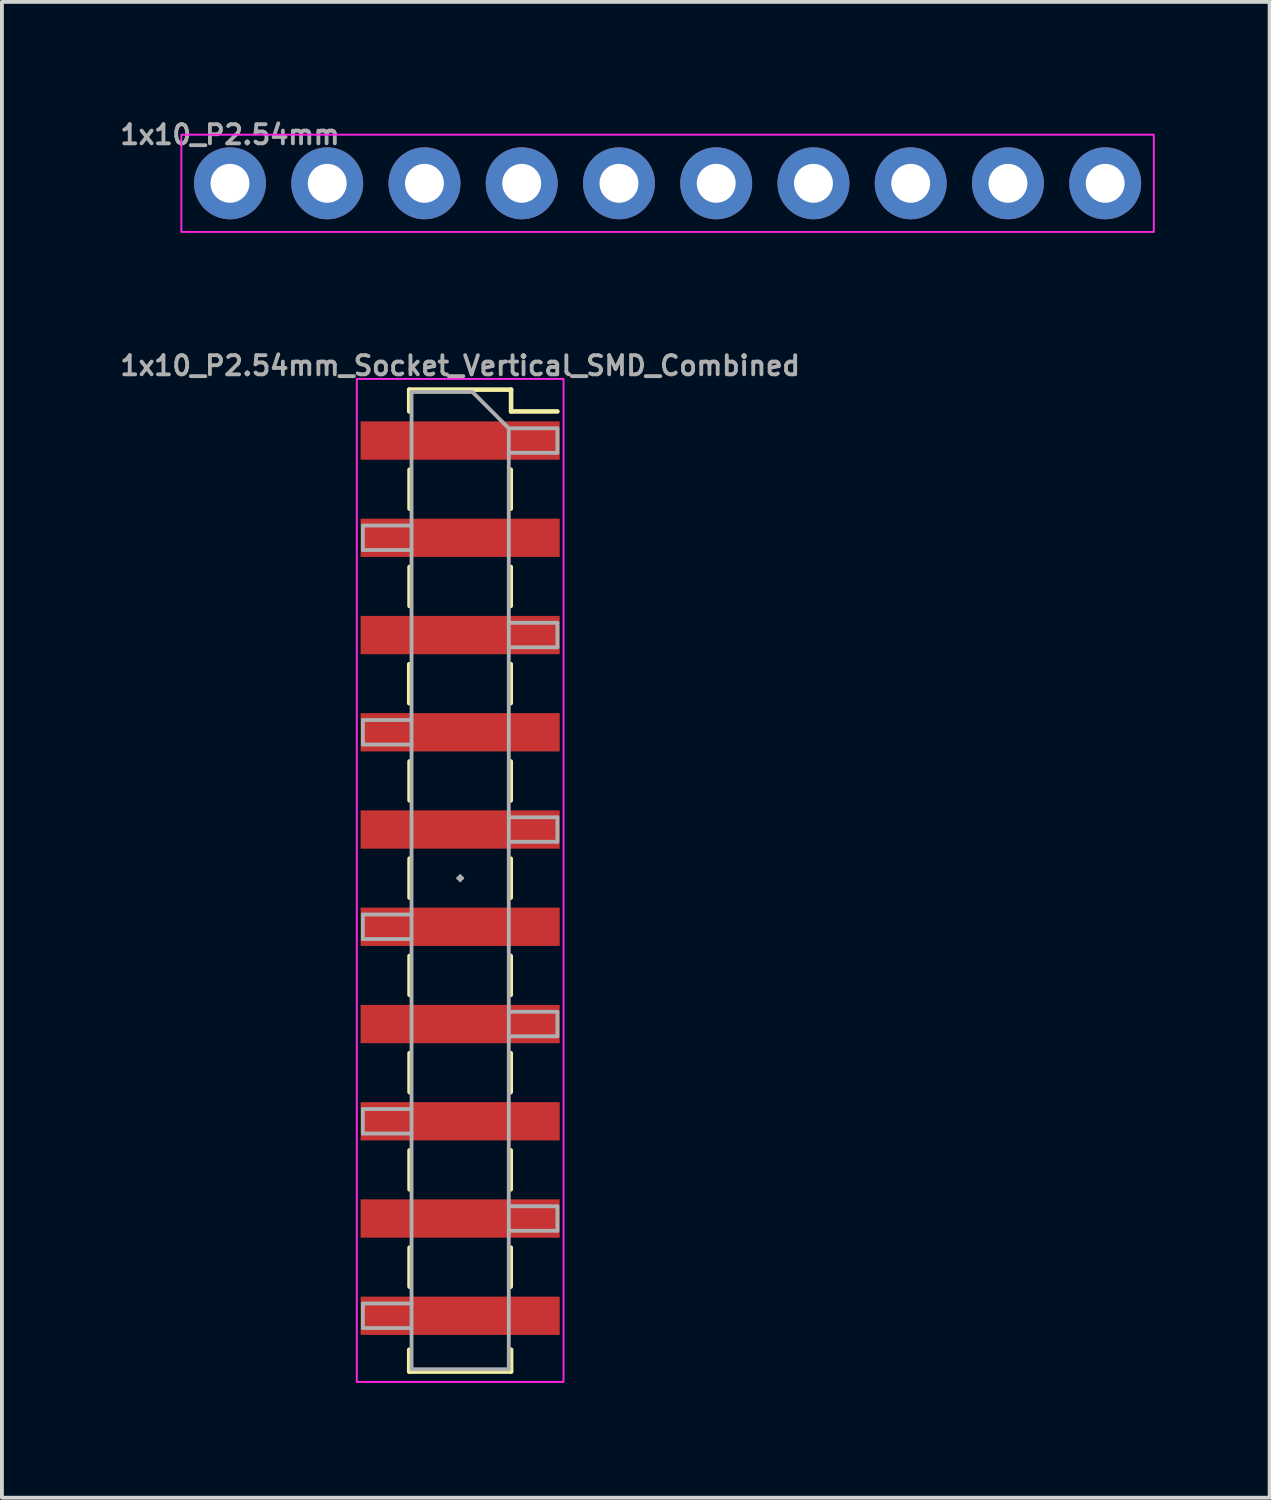
<source format=kicad_pcb>
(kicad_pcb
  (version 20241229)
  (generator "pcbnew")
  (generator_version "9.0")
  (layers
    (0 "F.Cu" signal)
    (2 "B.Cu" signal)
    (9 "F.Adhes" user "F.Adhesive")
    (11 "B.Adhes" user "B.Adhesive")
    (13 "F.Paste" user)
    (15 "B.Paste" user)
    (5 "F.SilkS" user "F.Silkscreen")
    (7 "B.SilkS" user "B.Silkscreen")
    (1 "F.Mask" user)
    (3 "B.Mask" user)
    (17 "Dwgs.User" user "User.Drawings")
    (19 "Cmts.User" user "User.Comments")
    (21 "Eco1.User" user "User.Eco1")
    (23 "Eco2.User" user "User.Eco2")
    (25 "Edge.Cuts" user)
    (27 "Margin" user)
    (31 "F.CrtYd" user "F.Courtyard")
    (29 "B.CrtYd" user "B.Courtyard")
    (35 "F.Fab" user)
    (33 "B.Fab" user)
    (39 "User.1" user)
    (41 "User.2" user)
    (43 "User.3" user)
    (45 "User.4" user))
  (footprint "1x10_P2.54mm"
    (layer "F.Cu")
    (at 2.957 1.738)
    (property "Reference" "1x10_P2.54mm" (at 0 -1.27 0) (layer "F.Fab") (effects (font (size 0.5 0.5) (thickness 0.1))))
    (fp_rect (start -1.27 -1.27) (end 24.13 1.27) (stroke (width 0.05) (type default)) (fill no) (layer "F.CrtYd"))
    (fp_poly (pts (xy -0.254 0.254) (xy 0.254 0.254) (xy 0.254 -0.254) (xy -0.254 -0.254)) (stroke (width 0.1) (type default)) (fill no) (layer "F.Fab"))
    (fp_poly (pts (xy 2.286 0.254) (xy 2.794 0.254) (xy 2.794 -0.254) (xy 2.286 -0.254)) (stroke (width 0.1) (type default)) (fill no) (layer "F.Fab"))
    (fp_poly (pts (xy 4.826 0.254) (xy 5.334 0.254) (xy 5.334 -0.254) (xy 4.826 -0.254)) (stroke (width 0.1) (type default)) (fill no) (layer "F.Fab"))
    (fp_poly (pts (xy 7.366 0.254) (xy 7.874 0.254) (xy 7.874 -0.254) (xy 7.366 -0.254)) (stroke (width 0.1) (type default)) (fill no) (layer "F.Fab"))
    (fp_poly (pts (xy 9.906 0.254) (xy 10.414 0.254) (xy 10.414 -0.254) (xy 9.906 -0.254)) (stroke (width 0.1) (type default)) (fill no) (layer "F.Fab"))
    (fp_poly (pts (xy 12.446 0.254) (xy 12.954 0.254) (xy 12.954 -0.254) (xy 12.446 -0.254)) (stroke (width 0.1) (type default)) (fill no) (layer "F.Fab"))
    (fp_poly (pts (xy 14.986 0.254) (xy 15.494 0.254) (xy 15.494 -0.254) (xy 14.986 -0.254)) (stroke (width 0.1) (type default)) (fill no) (layer "F.Fab"))
    (fp_poly (pts (xy 17.526 0.254) (xy 18.034 0.254) (xy 18.034 -0.254) (xy 17.526 -0.254)) (stroke (width 0.1) (type default)) (fill no) (layer "F.Fab"))
    (fp_poly (pts (xy 20.066 0.254) (xy 20.574 0.254) (xy 20.574 -0.254) (xy 20.066 -0.254)) (stroke (width 0.1) (type default)) (fill no) (layer "F.Fab"))
    (fp_poly (pts (xy 22.606 0.254) (xy 23.114 0.254) (xy 23.114 -0.254) (xy 22.606 -0.254)) (stroke (width 0.1) (type default)) (fill no) (layer "F.Fab"))
    (pad "1" thru_hole circle (at 0 0 90) (size 1.88 1.88) (drill 1.016) (layers "*.Cu" "*.Mask") (remove_unused_layers yes) (keep_end_layers yes) (zone_layer_connections))
    (pad "2" thru_hole circle (at 2.54 0 90) (size 1.88 1.88) (drill 1.016) (layers "*.Cu" "*.Mask") (remove_unused_layers yes) (keep_end_layers yes) (zone_layer_connections))
    (pad "3" thru_hole circle (at 5.08 0 90) (size 1.88 1.88) (drill 1.016) (layers "*.Cu" "*.Mask") (remove_unused_layers yes) (keep_end_layers yes) (zone_layer_connections))
    (pad "4" thru_hole circle (at 7.62 0 90) (size 1.88 1.88) (drill 1.016) (layers "*.Cu" "*.Mask") (remove_unused_layers yes) (keep_end_layers yes) (zone_layer_connections))
    (pad "5" thru_hole circle (at 10.16 0 90) (size 1.88 1.88) (drill 1.016) (layers "*.Cu" "*.Mask") (remove_unused_layers yes) (keep_end_layers yes) (zone_layer_connections))
    (pad "6" thru_hole circle (at 12.7 0 90) (size 1.88 1.88) (drill 1.016) (layers "*.Cu" "*.Mask") (remove_unused_layers yes) (keep_end_layers yes) (zone_layer_connections))
    (pad "7" thru_hole circle (at 15.24 0 90) (size 1.88 1.88) (drill 1.016) (layers "*.Cu" "*.Mask") (remove_unused_layers yes) (keep_end_layers yes) (zone_layer_connections))
    (pad "8" thru_hole circle (at 17.78 0 90) (size 1.88 1.88) (drill 1.016) (layers "*.Cu" "*.Mask") (remove_unused_layers yes) (keep_end_layers yes) (zone_layer_connections))
    (pad "9" thru_hole circle (at 20.32 0 90) (size 1.88 1.88) (drill 1.016) (layers "*.Cu" "*.Mask") (remove_unused_layers yes) (keep_end_layers yes) (zone_layer_connections))
    (pad "10" thru_hole circle (at 22.86 0 90) (size 1.88 1.88) (drill 1.016) (layers "*.Cu" "*.Mask") (remove_unused_layers yes) (keep_end_layers yes) (zone_layer_connections)))
  (footprint "1x10_P2.54mm_Socket_Vertical_SMD_Combined"
    (layer "F.Cu")
    (at 8.969 19.887)
    (property "Reference" "1x10_P2.54mm_Socket_Vertical_SMD_Combined" (at 0 -13.386 0) (layer "F.Fab") (effects (font (size 0.5 0.5) (thickness 0.1))))
    (attr smd)
    (fp_rect (start -2.6 -11.93) (end -0.6 -10.93) (stroke (width 0) (type solid)) (fill yes) (layer "F.Mask"))
    (fp_rect (start -2.6 -9.39) (end -0.6 -8.39) (stroke (width 0) (type solid)) (fill yes) (layer "F.Mask"))
    (fp_rect (start -2.6 -6.85) (end -0.6 -5.85) (stroke (width 0) (type solid)) (fill yes) (layer "F.Mask"))
    (fp_rect (start -2.6 -4.31) (end -0.6 -3.31) (stroke (width 0) (type solid)) (fill yes) (layer "F.Mask"))
    (fp_rect (start -2.6 -1.77) (end -0.6 -0.77) (stroke (width 0) (type solid)) (fill yes) (layer "F.Mask"))
    (fp_rect (start -2.6 0.77) (end -0.6 1.77) (stroke (width 0) (type solid)) (fill yes) (layer "F.Mask"))
    (fp_rect (start -2.6 3.31) (end -0.6 4.31) (stroke (width 0) (type solid)) (fill yes) (layer "F.Mask"))
    (fp_rect (start -2.6 5.85) (end -0.6 6.85) (stroke (width 0) (type solid)) (fill yes) (layer "F.Mask"))
    (fp_rect (start -2.6 8.39) (end -0.6 9.39) (stroke (width 0) (type solid)) (fill yes) (layer "F.Mask"))
    (fp_rect (start -2.6 10.93) (end -0.6 11.93) (stroke (width 0) (type solid)) (fill yes) (layer "F.Mask"))
    (fp_rect (start 0.6 -11.93) (end 2.6 -10.93) (stroke (width 0) (type solid)) (fill yes) (layer "F.Mask"))
    (fp_rect (start 0.6 -9.39) (end 2.6 -8.39) (stroke (width 0) (type solid)) (fill yes) (layer "F.Mask"))
    (fp_rect (start 0.6 -6.85) (end 2.6 -5.85) (stroke (width 0) (type solid)) (fill yes) (layer "F.Mask"))
    (fp_rect (start 0.6 -4.31) (end 2.6 -3.31) (stroke (width 0) (type solid)) (fill yes) (layer "F.Mask"))
    (fp_rect (start 0.6 -1.77) (end 2.6 -0.77) (stroke (width 0) (type solid)) (fill yes) (layer "F.Mask"))
    (fp_rect (start 0.6 0.77) (end 2.6 1.77) (stroke (width 0) (type solid)) (fill yes) (layer "F.Mask"))
    (fp_rect (start 0.6 3.31) (end 2.6 4.31) (stroke (width 0) (type solid)) (fill yes) (layer "F.Mask"))
    (fp_rect (start 0.6 5.85) (end 2.6 6.85) (stroke (width 0) (type solid)) (fill yes) (layer "F.Mask"))
    (fp_rect (start 0.6 8.39) (end 2.6 9.39) (stroke (width 0) (type solid)) (fill yes) (layer "F.Mask"))
    (fp_rect (start 0.6 10.93) (end 2.6 11.93) (stroke (width 0) (type solid)) (fill yes) (layer "F.Mask"))
    (fp_line (start -1.33 -12.76) (end -1.33 -12.19) (stroke (width 0.12) (type solid)) (layer "F.SilkS"))
    (fp_line (start -1.33 -12.76) (end 1.33 -12.76) (stroke (width 0.12) (type solid)) (layer "F.SilkS"))
    (fp_line (start -1.33 -5.588) (end -1.33 -4.57) (stroke (width 0.12) (type solid)) (layer "F.SilkS"))
    (fp_line (start -1.33 12.317) (end -1.33 12.887) (stroke (width 0.12) (type solid)) (layer "F.SilkS"))
    (fp_line (start -1.33 12.887) (end 1.33 12.887) (stroke (width 0.12) (type solid)) (layer "F.SilkS"))
    (fp_line (start -1.321 -10.669) (end -1.321 -9.651) (stroke (width 0.12) (type solid)) (layer "F.SilkS"))
    (fp_line (start -1.321 -8.129) (end -1.321 -7.111) (stroke (width 0.12) (type solid)) (layer "F.SilkS"))
    (fp_line (start -1.321 -3.049) (end -1.321 -2.031) (stroke (width 0.12) (type solid)) (layer "F.SilkS"))
    (fp_line (start -1.321 -0.509) (end -1.321 0.509) (stroke (width 0.12) (type solid)) (layer "F.SilkS"))
    (fp_line (start -1.321 2.031) (end -1.321 3.049) (stroke (width 0.12) (type solid)) (layer "F.SilkS"))
    (fp_line (start -1.321 4.571) (end -1.321 5.589) (stroke (width 0.12) (type solid)) (layer "F.SilkS"))
    (fp_line (start -1.321 7.111) (end -1.321 8.129) (stroke (width 0.12) (type solid)) (layer "F.SilkS"))
    (fp_line (start -1.321 9.651) (end -1.321 10.669) (stroke (width 0.12) (type solid)) (layer "F.SilkS"))
    (fp_line (start 1.321 -10.669) (end 1.321 -9.651) (stroke (width 0.12) (type solid)) (layer "F.SilkS"))
    (fp_line (start 1.321 -8.129) (end 1.321 -7.111) (stroke (width 0.12) (type solid)) (layer "F.SilkS"))
    (fp_line (start 1.321 -5.589) (end 1.321 -4.571) (stroke (width 0.12) (type solid)) (layer "F.SilkS"))
    (fp_line (start 1.321 -3.049) (end 1.321 -2.031) (stroke (width 0.12) (type solid)) (layer "F.SilkS"))
    (fp_line (start 1.321 -0.509) (end 1.321 0.509) (stroke (width 0.12) (type solid)) (layer "F.SilkS"))
    (fp_line (start 1.321 2.031) (end 1.321 3.049) (stroke (width 0.12) (type solid)) (layer "F.SilkS"))
    (fp_line (start 1.321 4.571) (end 1.321 5.589) (stroke (width 0.12) (type solid)) (layer "F.SilkS"))
    (fp_line (start 1.321 7.111) (end 1.321 8.129) (stroke (width 0.12) (type solid)) (layer "F.SilkS"))
    (fp_line (start 1.321 9.651) (end 1.321 10.669) (stroke (width 0.12) (type solid)) (layer "F.SilkS"))
    (fp_line (start 1.33 -12.76) (end 1.33 -12.19) (stroke (width 0.12) (type solid)) (layer "F.SilkS"))
    (fp_line (start 1.33 -12.19) (end 2.54 -12.19) (stroke (width 0.12) (type solid)) (layer "F.SilkS"))
    (fp_line (start 1.33 12.317) (end 1.33 12.887) (stroke (width 0.12) (type solid)) (layer "F.SilkS"))
    (fp_rect (start -2.6 -11.93) (end -0.6 -10.93) (stroke (width 0) (type solid)) (fill yes) (layer "F.Paste"))
    (fp_rect (start -2.6 -9.39) (end -0.6 -8.39) (stroke (width 0) (type solid)) (fill yes) (layer "F.Paste"))
    (fp_rect (start -2.6 -6.85) (end -0.6 -5.85) (stroke (width 0) (type solid)) (fill yes) (layer "F.Paste"))
    (fp_rect (start -2.6 -4.31) (end -0.6 -3.31) (stroke (width 0) (type solid)) (fill yes) (layer "F.Paste"))
    (fp_rect (start -2.6 -1.77) (end -0.6 -0.77) (stroke (width 0) (type solid)) (fill yes) (layer "F.Paste"))
    (fp_rect (start -2.6 0.77) (end -0.6 1.77) (stroke (width 0) (type solid)) (fill yes) (layer "F.Paste"))
    (fp_rect (start -2.6 3.31) (end -0.6 4.31) (stroke (width 0) (type solid)) (fill yes) (layer "F.Paste"))
    (fp_rect (start -2.6 5.85) (end -0.6 6.85) (stroke (width 0) (type solid)) (fill yes) (layer "F.Paste"))
    (fp_rect (start -2.6 8.39) (end -0.6 9.39) (stroke (width 0) (type solid)) (fill yes) (layer "F.Paste"))
    (fp_rect (start -2.6 10.93) (end -0.6 11.93) (stroke (width 0) (type solid)) (fill yes) (layer "F.Paste"))
    (fp_rect (start 0.6 -11.93) (end 2.6 -10.93) (stroke (width 0) (type solid)) (fill yes) (layer "F.Paste"))
    (fp_rect (start 0.6 -9.39) (end 2.6 -8.39) (stroke (width 0) (type solid)) (fill yes) (layer "F.Paste"))
    (fp_rect (start 0.6 -6.85) (end 2.6 -5.85) (stroke (width 0) (type solid)) (fill yes) (layer "F.Paste"))
    (fp_rect (start 0.6 -4.31) (end 2.6 -3.31) (stroke (width 0) (type solid)) (fill yes) (layer "F.Paste"))
    (fp_rect (start 0.6 -1.77) (end 2.6 -0.77) (stroke (width 0) (type solid)) (fill yes) (layer "F.Paste"))
    (fp_rect (start 0.6 0.77) (end 2.6 1.77) (stroke (width 0) (type solid)) (fill yes) (layer "F.Paste"))
    (fp_rect (start 0.6 3.31) (end 2.6 4.31) (stroke (width 0) (type solid)) (fill yes) (layer "F.Paste"))
    (fp_rect (start 0.6 5.85) (end 2.6 6.85) (stroke (width 0) (type solid)) (fill yes) (layer "F.Paste"))
    (fp_rect (start 0.6 8.39) (end 2.6 9.39) (stroke (width 0) (type solid)) (fill yes) (layer "F.Paste"))
    (fp_rect (start 0.6 10.93) (end 2.6 11.93) (stroke (width 0) (type solid)) (fill yes) (layer "F.Paste"))
    (fp_rect (start -2.7 -13.04) (end 2.7 13.158) (stroke (width 0.05) (type default)) (fill no) (layer "F.CrtYd"))
    (fp_line (start -2.54 -9.21) (end -2.54 -8.57) (stroke (width 0.1) (type solid)) (layer "F.Fab"))
    (fp_line (start -2.54 -8.57) (end -1.27 -8.57) (stroke (width 0.1) (type solid)) (layer "F.Fab"))
    (fp_line (start -2.54 -4.13) (end -2.54 -3.49) (stroke (width 0.1) (type solid)) (layer "F.Fab"))
    (fp_line (start -2.54 -3.49) (end -1.27 -3.49) (stroke (width 0.1) (type solid)) (layer "F.Fab"))
    (fp_line (start -2.54 0.95) (end -2.54 1.59) (stroke (width 0.1) (type solid)) (layer "F.Fab"))
    (fp_line (start -2.54 1.59) (end -1.27 1.59) (stroke (width 0.1) (type solid)) (layer "F.Fab"))
    (fp_line (start -2.54 6.03) (end -2.54 6.67) (stroke (width 0.1) (type solid)) (layer "F.Fab"))
    (fp_line (start -2.54 6.67) (end -1.27 6.67) (stroke (width 0.1) (type solid)) (layer "F.Fab"))
    (fp_line (start -2.54 11.11) (end -2.54 11.75) (stroke (width 0.1) (type solid)) (layer "F.Fab"))
    (fp_line (start -2.54 11.75) (end -1.27 11.75) (stroke (width 0.1) (type solid)) (layer "F.Fab"))
    (fp_line (start -1.27 -12.7) (end -1.27 12.827) (stroke (width 0.1) (type solid)) (layer "F.Fab"))
    (fp_line (start -1.27 -12.7) (end 0.32 -12.7) (stroke (width 0.1) (type solid)) (layer "F.Fab"))
    (fp_line (start -1.27 -9.21) (end -2.54 -9.21) (stroke (width 0.1) (type solid)) (layer "F.Fab"))
    (fp_line (start -1.27 -4.13) (end -2.54 -4.13) (stroke (width 0.1) (type solid)) (layer "F.Fab"))
    (fp_line (start -1.27 0.95) (end -2.54 0.95) (stroke (width 0.1) (type solid)) (layer "F.Fab"))
    (fp_line (start -1.27 6.03) (end -2.54 6.03) (stroke (width 0.1) (type solid)) (layer "F.Fab"))
    (fp_line (start -1.27 11.11) (end -2.54 11.11) (stroke (width 0.1) (type solid)) (layer "F.Fab"))
    (fp_line (start 0 -0.051) (end 0 0.051) (stroke (width 0.1) (type default)) (layer "F.Fab"))
    (fp_line (start 0.051 0) (end -0.051 0) (stroke (width 0.1) (type default)) (layer "F.Fab"))
    (fp_line (start 1.27 -11.75) (end 0.32 -12.7) (stroke (width 0.1) (type solid)) (layer "F.Fab"))
    (fp_line (start 1.27 -11.75) (end 2.54 -11.75) (stroke (width 0.1) (type solid)) (layer "F.Fab"))
    (fp_line (start 1.27 -6.67) (end 2.54 -6.67) (stroke (width 0.1) (type solid)) (layer "F.Fab"))
    (fp_line (start 1.27 -1.59) (end 2.54 -1.59) (stroke (width 0.1) (type solid)) (layer "F.Fab"))
    (fp_line (start 1.27 3.49) (end 2.54 3.49) (stroke (width 0.1) (type solid)) (layer "F.Fab"))
    (fp_line (start 1.27 8.57) (end 2.54 8.57) (stroke (width 0.1) (type solid)) (layer "F.Fab"))
    (fp_line (start 1.27 12.827) (end -1.27 12.827) (stroke (width 0.1) (type solid)) (layer "F.Fab"))
    (fp_line (start 1.27 12.827) (end 1.27 -11.75) (stroke (width 0.1) (type solid)) (layer "F.Fab"))
    (fp_line (start 2.54 -11.75) (end 2.54 -11.11) (stroke (width 0.1) (type solid)) (layer "F.Fab"))
    (fp_line (start 2.54 -11.11) (end 1.27 -11.11) (stroke (width 0.1) (type solid)) (layer "F.Fab"))
    (fp_line (start 2.54 -6.67) (end 2.54 -6.03) (stroke (width 0.1) (type solid)) (layer "F.Fab"))
    (fp_line (start 2.54 -6.03) (end 1.27 -6.03) (stroke (width 0.1) (type solid)) (layer "F.Fab"))
    (fp_line (start 2.54 -1.59) (end 2.54 -0.95) (stroke (width 0.1) (type solid)) (layer "F.Fab"))
    (fp_line (start 2.54 -0.95) (end 1.27 -0.95) (stroke (width 0.1) (type solid)) (layer "F.Fab"))
    (fp_line (start 2.54 3.49) (end 2.54 4.13) (stroke (width 0.1) (type solid)) (layer "F.Fab"))
    (fp_line (start 2.54 4.13) (end 1.27 4.13) (stroke (width 0.1) (type solid)) (layer "F.Fab"))
    (fp_line (start 2.54 8.57) (end 2.54 9.21) (stroke (width 0.1) (type solid)) (layer "F.Fab"))
    (fp_line (start 2.54 9.21) (end 1.27 9.21) (stroke (width 0.1) (type solid)) (layer "F.Fab"))
    (pad "1" smd rect (at 0 -11.43) (size 5.2 1) (layers "F.Cu"))
    (pad "2" smd rect (at 0 -8.89) (size 5.2 1) (layers "F.Cu"))
    (pad "3" smd rect (at 0 -6.35) (size 5.2 1) (layers "F.Cu"))
    (pad "4" smd rect (at 0 -3.81) (size 5.2 1) (layers "F.Cu"))
    (pad "5" smd rect (at 0 -1.27) (size 5.2 1) (layers "F.Cu"))
    (pad "6" smd rect (at 0 1.27) (size 5.2 1) (layers "F.Cu"))
    (pad "7" smd rect (at 0 3.81) (size 5.2 1) (layers "F.Cu"))
    (pad "8" smd rect (at 0 6.35) (size 5.2 1) (layers "F.Cu"))
    (pad "9" smd rect (at 0 8.89) (size 5.2 1) (layers "F.Cu"))
    (pad "10" smd rect (at 0 11.43) (size 5.2 1) (layers "F.Cu")))
  (gr_rect
    (start -3 -3)
    (end 30.112 36.07)
    (stroke (width 0.1) (type default))
    (fill no)
    (layer "Edge.Cuts")))
</source>
